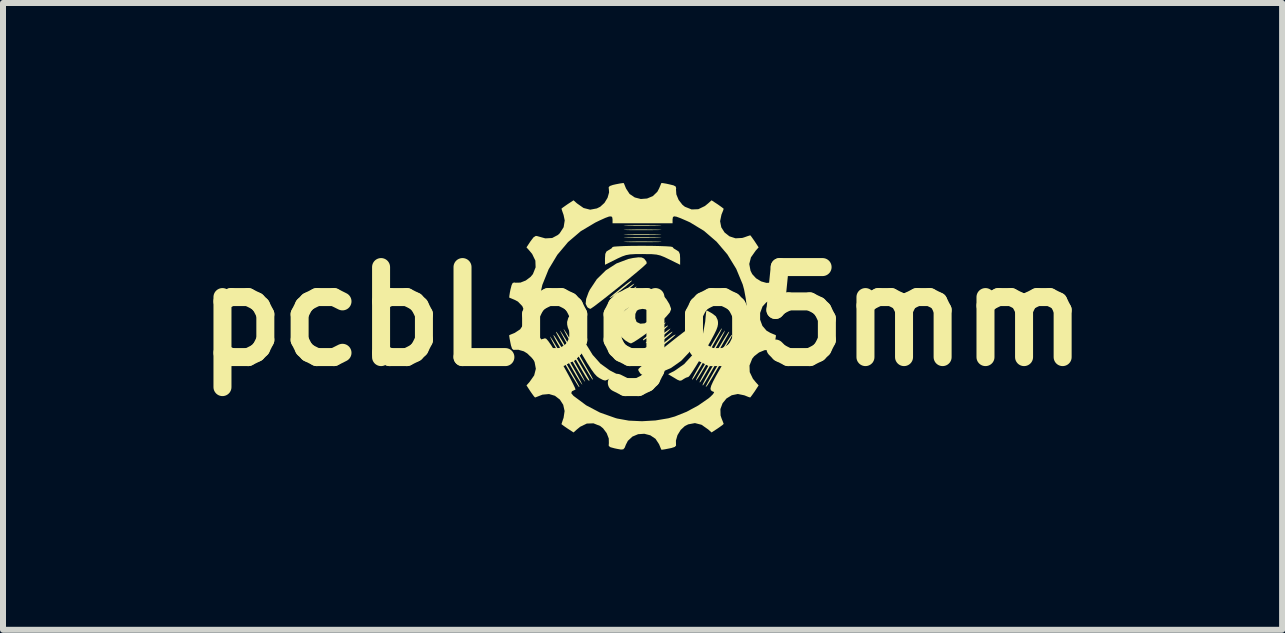
<source format=kicad_pcb>
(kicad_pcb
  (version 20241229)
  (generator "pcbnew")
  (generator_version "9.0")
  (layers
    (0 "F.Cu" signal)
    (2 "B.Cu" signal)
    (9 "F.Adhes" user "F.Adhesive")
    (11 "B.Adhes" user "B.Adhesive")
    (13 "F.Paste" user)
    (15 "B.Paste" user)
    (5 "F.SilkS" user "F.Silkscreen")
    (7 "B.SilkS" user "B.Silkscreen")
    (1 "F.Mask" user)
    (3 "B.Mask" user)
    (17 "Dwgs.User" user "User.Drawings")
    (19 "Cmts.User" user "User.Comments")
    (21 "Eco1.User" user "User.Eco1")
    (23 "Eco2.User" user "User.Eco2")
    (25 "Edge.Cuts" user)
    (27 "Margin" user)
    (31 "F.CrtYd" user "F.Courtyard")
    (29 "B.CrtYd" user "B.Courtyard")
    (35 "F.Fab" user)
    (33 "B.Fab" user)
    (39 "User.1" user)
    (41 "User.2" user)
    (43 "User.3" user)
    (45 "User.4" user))
  (footprint "pcbLogo5mm"
    (layer "F.Cu")
    (at 7.657 2.222)
    (property "Reference" "pcbLogo5mm" (at 0 0 0) (layer "F.SilkS") (effects (font (size 1.5 1.5) (thickness 0.3))))
    (attr board_only exclude_from_pos_files exclude_from_bom)
    (fp_poly (pts (xy 0.379 0.114) (xy 0.336 0.153) (xy 0.27 0.209) (xy 0.219 0.25) (xy 0.136 0.315) (xy 0.067 0.365) (xy 0.021 0.395) (xy 0.009 0.4) (xy 0.007 0.387) (xy 0.026 0.368) (xy 0.174 0.253) (xy 0.284 0.17) (xy 0.355 0.119) (xy 0.388 0.1) (xy 0.389 0.1)) (stroke (width 0) (type solid)) (fill yes) (layer "F.SilkS"))
    (fp_poly (pts (xy -0.022 -0.386) (xy -0.064 -0.348) (xy -0.131 -0.291) (xy -0.182 -0.25) (xy -0.264 -0.186) (xy -0.333 -0.135) (xy -0.377 -0.105) (xy -0.388 -0.1) (xy -0.378 -0.114) (xy -0.336 -0.153) (xy -0.27 -0.209) (xy -0.219 -0.25) (xy -0.136 -0.315) (xy -0.068 -0.365) (xy -0.023 -0.395) (xy -0.012 -0.4)) (stroke (width 0) (type solid)) (fill yes) (layer "F.SilkS"))
    (fp_poly (pts (xy 0.218 -1.521) (xy 0.257 -1.52) (xy 0.308 -1.518) (xy 0.313 -1.516) (xy 0.274 -1.514) (xy 0.195 -1.513) (xy 0.078 -1.512) (xy 0 -1.512) (xy -0.136 -1.512) (xy -0.236 -1.513) (xy -0.297 -1.515) (xy -0.317 -1.517) (xy -0.291 -1.519) (xy -0.257 -1.52) (xy -0.108 -1.523) (xy 0.061 -1.523)) (stroke (width 0) (type solid)) (fill yes) (layer "F.SilkS"))
    (fp_poly (pts (xy 0.218 -1.446) (xy 0.257 -1.445) (xy 0.308 -1.443) (xy 0.313 -1.441) (xy 0.274 -1.439) (xy 0.195 -1.438) (xy 0.078 -1.437) (xy 0 -1.437) (xy -0.136 -1.437) (xy -0.236 -1.438) (xy -0.297 -1.44) (xy -0.317 -1.442) (xy -0.291 -1.444) (xy -0.257 -1.445) (xy -0.108 -1.448) (xy 0.061 -1.448)) (stroke (width 0) (type solid)) (fill yes) (layer "F.SilkS"))
    (fp_poly (pts (xy 0.218 -1.371) (xy 0.257 -1.37) (xy 0.308 -1.368) (xy 0.313 -1.366) (xy 0.274 -1.364) (xy 0.195 -1.363) (xy 0.078 -1.362) (xy 0 -1.362) (xy -0.136 -1.362) (xy -0.236 -1.363) (xy -0.297 -1.365) (xy -0.317 -1.367) (xy -0.291 -1.369) (xy -0.257 -1.37) (xy -0.108 -1.373) (xy 0.061 -1.373)) (stroke (width 0) (type solid)) (fill yes) (layer "F.SilkS"))
    (fp_poly (pts (xy 0.218 -1.321) (xy 0.257 -1.32) (xy 0.308 -1.318) (xy 0.313 -1.316) (xy 0.274 -1.314) (xy 0.195 -1.313) (xy 0.078 -1.312) (xy 0 -1.312) (xy -0.136 -1.312) (xy -0.236 -1.313) (xy -0.297 -1.315) (xy -0.317 -1.316) (xy -0.291 -1.319) (xy -0.257 -1.32) (xy -0.108 -1.323) (xy 0.061 -1.323)) (stroke (width 0) (type solid)) (fill yes) (layer "F.SilkS"))
    (fp_poly (pts (xy 0.218 -1.246) (xy 0.257 -1.245) (xy 0.308 -1.243) (xy 0.313 -1.24) (xy 0.274 -1.239) (xy 0.195 -1.238) (xy 0.078 -1.237) (xy 0 -1.237) (xy -0.136 -1.237) (xy -0.236 -1.238) (xy -0.297 -1.24) (xy -0.317 -1.241) (xy -0.291 -1.244) (xy -0.257 -1.245) (xy -0.108 -1.248) (xy 0.061 -1.248)) (stroke (width 0) (type solid)) (fill yes) (layer "F.SilkS"))
    (fp_poly (pts (xy -0.182 -0.588) (xy -0.222 -0.55) (xy -0.295 -0.489) (xy -0.332 -0.46) (xy -0.433 -0.38) (xy -0.5 -0.33) (xy -0.538 -0.306) (xy -0.55 -0.306) (xy -0.551 -0.307) (xy -0.533 -0.325) (xy -0.486 -0.366) (xy -0.421 -0.419) (xy -0.349 -0.477) (xy -0.282 -0.53) (xy -0.228 -0.57) (xy -0.206 -0.585) (xy -0.175 -0.6)) (stroke (width 0) (type solid)) (fill yes) (layer "F.SilkS"))
    (fp_poly (pts (xy -0.15 -0.527) (xy -0.194 -0.486) (xy -0.26 -0.431) (xy -0.269 -0.424) (xy -0.37 -0.345) (xy -0.439 -0.293) (xy -0.479 -0.264) (xy -0.498 -0.256) (xy -0.5 -0.259) (xy -0.483 -0.279) (xy -0.436 -0.321) (xy -0.371 -0.375) (xy -0.298 -0.432) (xy -0.229 -0.486) (xy -0.172 -0.526) (xy -0.14 -0.545) (xy -0.137 -0.546)) (stroke (width 0) (type solid)) (fill yes) (layer "F.SilkS"))
    (fp_poly (pts (xy -0.056 -0.438) (xy -0.097 -0.4) (xy -0.17 -0.339) (xy -0.206 -0.31) (xy -0.307 -0.23) (xy -0.375 -0.18) (xy -0.412 -0.156) (xy -0.425 -0.156) (xy -0.425 -0.157) (xy -0.407 -0.175) (xy -0.361 -0.216) (xy -0.296 -0.269) (xy -0.224 -0.327) (xy -0.156 -0.38) (xy -0.103 -0.42) (xy -0.081 -0.435) (xy -0.05 -0.45)) (stroke (width 0) (type solid)) (fill yes) (layer "F.SilkS"))
    (fp_poly (pts (xy 0.419 0.163) (xy 0.378 0.201) (xy 0.305 0.262) (xy 0.269 0.291) (xy 0.168 0.37) (xy 0.101 0.42) (xy 0.063 0.444) (xy 0.05 0.445) (xy 0.05 0.444) (xy 0.068 0.425) (xy 0.115 0.385) (xy 0.179 0.332) (xy 0.251 0.274) (xy 0.319 0.221) (xy 0.372 0.181) (xy 0.394 0.166) (xy 0.425 0.15)) (stroke (width 0) (type solid)) (fill yes) (layer "F.SilkS"))
    (fp_poly (pts (xy 0.45 0.224) (xy 0.407 0.265) (xy 0.341 0.319) (xy 0.332 0.326) (xy 0.23 0.406) (xy 0.162 0.458) (xy 0.121 0.486) (xy 0.103 0.495) (xy 0.1 0.492) (xy 0.118 0.471) (xy 0.165 0.43) (xy 0.23 0.376) (xy 0.302 0.319) (xy 0.372 0.265) (xy 0.428 0.225) (xy 0.46 0.205) (xy 0.464 0.205)) (stroke (width 0) (type solid)) (fill yes) (layer "F.SilkS"))
    (fp_poly (pts (xy 0.544 0.313) (xy 0.503 0.351) (xy 0.43 0.412) (xy 0.394 0.441) (xy 0.293 0.521) (xy 0.226 0.571) (xy 0.188 0.594) (xy 0.175 0.595) (xy 0.175 0.594) (xy 0.193 0.576) (xy 0.24 0.535) (xy 0.305 0.482) (xy 0.376 0.424) (xy 0.444 0.371) (xy 0.497 0.331) (xy 0.519 0.316) (xy 0.55 0.301)) (stroke (width 0) (type solid)) (fill yes) (layer "F.SilkS"))
    (fp_poly (pts (xy -0.1 -0.494) (xy -0.118 -0.473) (xy -0.166 -0.43) (xy -0.232 -0.375) (xy -0.305 -0.316) (xy -0.376 -0.261) (xy -0.433 -0.22) (xy -0.464 -0.201) (xy -0.467 -0.2) (xy -0.47 -0.212) (xy -0.462 -0.221) (xy -0.429 -0.247) (xy -0.371 -0.294) (xy -0.299 -0.351) (xy -0.226 -0.409) (xy -0.165 -0.457) (xy -0.144 -0.473) (xy -0.11 -0.494)) (stroke (width 0) (type solid)) (fill yes) (layer "F.SilkS"))
    (fp_poly (pts (xy 0.5 0.257) (xy 0.482 0.278) (xy 0.435 0.321) (xy 0.369 0.376) (xy 0.295 0.435) (xy 0.225 0.489) (xy 0.168 0.531) (xy 0.136 0.55) (xy 0.134 0.551) (xy 0.131 0.539) (xy 0.139 0.53) (xy 0.171 0.504) (xy 0.23 0.457) (xy 0.302 0.399) (xy 0.375 0.342) (xy 0.436 0.294) (xy 0.457 0.278) (xy 0.491 0.256)) (stroke (width 0) (type solid)) (fill yes) (layer "F.SilkS"))
    (fp_poly (pts (xy -1.463 0.334) (xy -1.425 0.394) (xy -1.372 0.48) (xy -1.311 0.584) (xy -1.244 0.698) (xy -1.178 0.814) (xy -1.116 0.923) (xy -1.064 1.018) (xy -1.026 1.09) (xy -1.006 1.132) (xy -1.005 1.138) (xy -1.02 1.121) (xy -1.055 1.069) (xy -1.105 0.987) (xy -1.165 0.885) (xy -1.182 0.855) (xy -1.253 0.733) (xy -1.322 0.612) (xy -1.383 0.507) (xy -1.427 0.431) (xy -1.428 0.429) (xy -1.464 0.362) (xy -1.484 0.319) (xy -1.483 0.309)) (stroke (width 0) (type solid)) (fill yes) (layer "F.SilkS"))
    (fp_poly (pts (xy -1.433 0.263) (xy -1.411 0.292) (xy -1.371 0.355) (xy -1.318 0.443) (xy -1.256 0.549) (xy -1.189 0.663) (xy -1.123 0.779) (xy -1.062 0.887) (xy -1.011 0.98) (xy -0.975 1.049) (xy -0.958 1.086) (xy -0.957 1.09) (xy -0.972 1.073) (xy -1.007 1.019) (xy -1.058 0.936) (xy -1.121 0.831) (xy -1.164 0.756) (xy -1.258 0.592) (xy -1.33 0.467) (xy -1.382 0.376) (xy -1.416 0.314) (xy -1.436 0.276) (xy -1.443 0.259) (xy -1.44 0.257)) (stroke (width 0) (type solid)) (fill yes) (layer "F.SilkS"))
    (fp_poly (pts (xy -1.365 0.248) (xy -1.332 0.298) (xy -1.283 0.377) (xy -1.222 0.481) (xy -1.174 0.563) (xy -1.101 0.689) (xy -1.033 0.805) (xy -0.976 0.903) (xy -0.935 0.972) (xy -0.922 0.995) (xy -0.892 1.049) (xy -0.884 1.076) (xy -0.9 1.067) (xy -0.919 1.045) (xy -0.944 1.007) (xy -0.986 0.937) (xy -1.041 0.843) (xy -1.104 0.734) (xy -1.17 0.618) (xy -1.234 0.504) (xy -1.291 0.4) (xy -1.337 0.315) (xy -1.367 0.257) (xy -1.376 0.236)) (stroke (width 0) (type solid)) (fill yes) (layer "F.SilkS"))
    (fp_poly (pts (xy 1.32 0.205) (xy 1.315 0.221) (xy 1.298 0.255) (xy 1.268 0.312) (xy 1.22 0.397) (xy 1.154 0.515) (xy 1.069 0.663) (xy 0.978 0.82) (xy 0.907 0.938) (xy 0.858 1.017) (xy 0.83 1.055) (xy 0.825 1.05) (xy 0.829 1.037) (xy 0.845 1.005) (xy 0.881 0.939) (xy 0.932 0.849) (xy 0.994 0.742) (xy 1.061 0.627) (xy 1.128 0.511) (xy 1.192 0.403) (xy 1.248 0.31) (xy 1.29 0.241) (xy 1.314 0.204) (xy 1.318 0.2)) (stroke (width 0) (type solid)) (fill yes) (layer "F.SilkS"))
    (fp_poly (pts (xy 1.364 0.262) (xy 1.334 0.32) (xy 1.288 0.405) (xy 1.23 0.509) (xy 1.166 0.622) (xy 1.098 0.738) (xy 1.034 0.848) (xy 0.976 0.944) (xy 0.93 1.018) (xy 0.9 1.061) (xy 0.893 1.068) (xy 0.891 1.058) (xy 0.911 1.016) (xy 0.935 0.973) (xy 0.972 0.911) (xy 1.027 0.817) (xy 1.093 0.702) (xy 1.163 0.578) (xy 1.182 0.546) (xy 1.246 0.435) (xy 1.302 0.342) (xy 1.344 0.275) (xy 1.368 0.24) (xy 1.372 0.238)) (stroke (width 0) (type solid)) (fill yes) (layer "F.SilkS"))
    (fp_poly (pts (xy 1.542 0.333) (xy 1.534 0.356) (xy 1.504 0.414) (xy 1.458 0.499) (xy 1.401 0.603) (xy 1.336 0.717) (xy 1.27 0.833) (xy 1.206 0.943) (xy 1.149 1.039) (xy 1.104 1.113) (xy 1.075 1.157) (xy 1.069 1.164) (xy 1.052 1.175) (xy 1.056 1.164) (xy 1.082 1.114) (xy 1.126 1.035) (xy 1.182 0.936) (xy 1.246 0.825) (xy 1.314 0.708) (xy 1.381 0.595) (xy 1.442 0.493) (xy 1.492 0.41) (xy 1.527 0.354) (xy 1.542 0.333)) (stroke (width 0) (type solid)) (fill yes) (layer "F.SilkS"))
    (fp_poly (pts (xy -1.529 0.351) (xy -1.493 0.406) (xy -1.441 0.491) (xy -1.377 0.6) (xy -1.304 0.727) (xy -1.301 0.732) (xy -1.215 0.882) (xy -1.151 0.994) (xy -1.106 1.073) (xy -1.076 1.126) (xy -1.06 1.157) (xy -1.053 1.172) (xy -1.053 1.177) (xy -1.057 1.176) (xy -1.06 1.176) (xy -1.075 1.156) (xy -1.111 1.098) (xy -1.164 1.011) (xy -1.23 0.899) (xy -1.305 0.771) (xy -1.312 0.76) (xy -1.386 0.63) (xy -1.45 0.516) (xy -1.5 0.424) (xy -1.532 0.361) (xy -1.543 0.334) (xy -1.543 0.334)) (stroke (width 0) (type solid)) (fill yes) (layer "F.SilkS"))
    (fp_poly (pts (xy -1.303 0.225) (xy -1.267 0.28) (xy -1.216 0.366) (xy -1.151 0.475) (xy -1.078 0.601) (xy -1.075 0.606) (xy -0.99 0.756) (xy -0.926 0.868) (xy -0.88 0.948) (xy -0.851 1) (xy -0.835 1.032) (xy -0.828 1.047) (xy -0.828 1.052) (xy -0.832 1.051) (xy -0.835 1.051) (xy -0.85 1.03) (xy -0.886 0.973) (xy -0.939 0.885) (xy -1.005 0.774) (xy -1.079 0.646) (xy -1.086 0.634) (xy -1.16 0.504) (xy -1.224 0.39) (xy -1.274 0.298) (xy -1.306 0.235) (xy -1.317 0.208) (xy -1.317 0.208)) (stroke (width 0) (type solid)) (fill yes) (layer "F.SilkS"))
    (fp_poly (pts (xy 1.444 0.259) (xy 1.433 0.283) (xy 1.408 0.331) (xy 1.365 0.406) (xy 1.303 0.515) (xy 1.219 0.66) (xy 1.189 0.713) (xy 1.106 0.856) (xy 1.045 0.96) (xy 1.003 1.031) (xy 0.975 1.075) (xy 0.96 1.096) (xy 0.953 1.101) (xy 0.951 1.093) (xy 0.951 1.091) (xy 0.963 1.064) (xy 0.996 1.002) (xy 1.045 0.914) (xy 1.105 0.808) (xy 1.171 0.693) (xy 1.239 0.576) (xy 1.304 0.467) (xy 1.36 0.373) (xy 1.404 0.303) (xy 1.429 0.266) (xy 1.432 0.263) (xy 1.443 0.254)) (stroke (width 0) (type solid)) (fill yes) (layer "F.SilkS"))
    (fp_poly (pts (xy 1.49 0.316) (xy 1.472 0.355) (xy 1.459 0.377) (xy 1.428 0.429) (xy 1.379 0.514) (xy 1.316 0.623) (xy 1.245 0.744) (xy 1.213 0.801) (xy 1.136 0.935) (xy 1.08 1.031) (xy 1.042 1.095) (xy 1.019 1.132) (xy 1.007 1.149) (xy 1.002 1.15) (xy 1.001 1.141) (xy 1.001 1.139) (xy 1.013 1.11) (xy 1.046 1.047) (xy 1.096 0.957) (xy 1.156 0.85) (xy 1.223 0.734) (xy 1.292 0.617) (xy 1.357 0.508) (xy 1.414 0.414) (xy 1.457 0.346) (xy 1.482 0.31) (xy 1.485 0.307)) (stroke (width 0) (type solid)) (fill yes) (layer "F.SilkS"))
    (fp_poly (pts (xy 0.899 0.143) (xy 0.937 0.189) (xy 0.942 0.261) (xy 0.913 0.364) (xy 0.889 0.419) (xy 0.784 0.592) (xy 0.643 0.741) (xy 0.474 0.86) (xy 0.287 0.941) (xy 0.15 0.972) (xy 0.063 0.982) (xy 0.009 0.979) (xy -0.025 0.963) (xy -0.04 0.948) (xy -0.068 0.905) (xy -0.071 0.88) (xy -0.05 0.858) (xy 0.005 0.81) (xy 0.088 0.739) (xy 0.194 0.652) (xy 0.316 0.553) (xy 0.398 0.487) (xy 0.55 0.366) (xy 0.669 0.274) (xy 0.758 0.208) (xy 0.822 0.166) (xy 0.865 0.144) (xy 0.891 0.14)) (stroke (width 0) (type solid)) (fill yes) (layer "F.SilkS"))
    (fp_poly (pts (xy -0.015 -0.982) (xy 0.022 -0.965) (xy 0.032 -0.956) (xy 0.064 -0.914) (xy 0.07 -0.885) (xy 0.049 -0.863) (xy -0.004 -0.814) (xy -0.084 -0.746) (xy -0.183 -0.664) (xy -0.294 -0.572) (xy -0.412 -0.476) (xy -0.529 -0.383) (xy -0.639 -0.296) (xy -0.735 -0.222) (xy -0.81 -0.165) (xy -0.858 -0.132) (xy -0.872 -0.125) (xy -0.904 -0.141) (xy -0.921 -0.155) (xy -0.948 -0.21) (xy -0.94 -0.291) (xy -0.899 -0.403) (xy -0.878 -0.445) (xy -0.762 -0.62) (xy -0.611 -0.768) (xy -0.434 -0.882) (xy -0.239 -0.956) (xy -0.159 -0.973) (xy -0.07 -0.984)) (stroke (width 0) (type solid)) (fill yes) (layer "F.SilkS"))
    (fp_poly (pts (xy -1.06 -0.077) (xy -1.054 -0.017) (xy -1.047 0.069) (xy -1.046 0.084) (xy -1.012 0.278) (xy -0.938 0.468) (xy -0.832 0.641) (xy -0.701 0.788) (xy -0.55 0.897) (xy -0.54 0.903) (xy -0.429 0.961) (xy -0.521 1.018) (xy -0.583 1.055) (xy -0.622 1.069) (xy -0.659 1.06) (xy -0.716 1.03) (xy -0.724 1.025) (xy -0.762 0.998) (xy -0.804 0.952) (xy -0.855 0.881) (xy -0.92 0.781) (xy -1.001 0.645) (xy -1.038 0.58) (xy -1.121 0.435) (xy -1.181 0.325) (xy -1.222 0.244) (xy -1.246 0.184) (xy -1.256 0.138) (xy -1.257 0.1) (xy -1.257 0.092) (xy -1.237 0.021) (xy -1.19 -0.029) (xy -1.16 -0.049) (xy -1.103 -0.081) (xy -1.069 -0.099) (xy -1.065 -0.1)) (stroke (width 0) (type solid)) (fill yes) (layer "F.SilkS"))
    (fp_poly (pts (xy 1.09 -0.089) (xy 1.141 -0.06) (xy 1.16 -0.049) (xy 1.222 -0.001) (xy 1.251 0.059) (xy 1.257 0.093) (xy 1.257 0.13) (xy 1.249 0.173) (xy 1.229 0.228) (xy 1.193 0.302) (xy 1.139 0.403) (xy 1.063 0.537) (xy 1.028 0.598) (xy 0.952 0.727) (xy 0.883 0.839) (xy 0.826 0.928) (xy 0.785 0.987) (xy 0.764 1.009) (xy 0.763 1.009) (xy 0.725 1.021) (xy 0.689 1.041) (xy 0.651 1.066) (xy 0.622 1.072) (xy 0.583 1.057) (xy 0.52 1.019) (xy 0.426 0.963) (xy 0.538 0.904) (xy 0.693 0.795) (xy 0.827 0.648) (xy 0.935 0.474) (xy 1.009 0.281) (xy 1.044 0.089) (xy 1.052 -0.001) (xy 1.059 -0.068) (xy 1.065 -0.099) (xy 1.066 -0.1)) (stroke (width 0) (type solid)) (fill yes) (layer "F.SilkS"))
    (fp_poly (pts (xy 0.152 -1.175) (xy 0.286 -1.172) (xy 0.393 -1.168) (xy 0.467 -1.163) (xy 0.5 -1.156) (xy 0.5 -1.155) (xy 0.521 -1.131) (xy 0.563 -1.106) (xy 0.604 -1.079) (xy 0.622 -1.036) (xy 0.626 -0.969) (xy 0.626 -0.86) (xy 0.446 -0.949) (xy 0.362 -0.989) (xy 0.296 -1.015) (xy 0.231 -1.03) (xy 0.152 -1.037) (xy 0.043 -1.038) (xy 0 -1.039) (xy -0.121 -1.038) (xy -0.208 -1.033) (xy -0.276 -1.021) (xy -0.34 -0.999) (xy -0.417 -0.964) (xy -0.446 -0.949) (xy -0.626 -0.86) (xy -0.626 -0.969) (xy -0.621 -1.041) (xy -0.601 -1.082) (xy -0.563 -1.106) (xy -0.517 -1.133) (xy -0.5 -1.155) (xy -0.477 -1.162) (xy -0.41 -1.167) (xy -0.309 -1.172) (xy -0.18 -1.175) (xy -0.031 -1.176) (xy 0 -1.176)) (stroke (width 0) (type solid)) (fill yes) (layer "F.SilkS"))
    (fp_poly (pts (xy 0.27 -0.411) (xy 0.334 -0.361) (xy 0.397 -0.286) (xy 0.447 -0.205) (xy 0.474 -0.132) (xy 0.475 -0.116) (xy 0.454 -0.065) (xy 0.389 0.01) (xy 0.282 0.11) (xy 0.187 0.189) (xy 0.103 0.255) (xy 0.013 0.321) (xy -0.072 0.38) (xy -0.142 0.425) (xy -0.187 0.448) (xy -0.195 0.45) (xy -0.226 0.438) (xy -0.278 0.407) (xy -0.286 0.402) (xy -0.349 0.346) (xy -0.409 0.27) (xy -0.454 0.19) (xy -0.475 0.124) (xy -0.475 0.118) (xy -0.456 0.072) (xy -0.421 0.03) (xy -0.122 0.03) (xy -0.101 0.088) (xy -0.095 0.095) (xy -0.037 0.122) (xy 0.034 0.116) (xy 0.086 0.086) (xy 0.119 0.024) (xy 0.121 -0.046) (xy 0.095 -0.095) (xy 0.048 -0.118) (xy 0 -0.125) (xy -0.061 -0.114) (xy -0.095 -0.095) (xy -0.12 -0.041) (xy -0.122 0.03) (xy -0.421 0.03) (xy -0.4 0.004) (xy -0.316 -0.08) (xy -0.21 -0.172) (xy -0.087 -0.268) (xy 0.044 -0.362) (xy 0.062 -0.374) (xy 0.186 -0.456)) (stroke (width 0) (type solid)) (fill yes) (layer "F.SilkS"))
    (fp_poly (pts (xy -0.313 -2.221) (xy -0.302 -2.196) (xy -0.28 -2.142) (xy -0.275 -2.13) (xy -0.216 -2.04) (xy -0.13 -1.982) (xy -0.029 -1.956) (xy 0.075 -1.964) (xy 0.171 -2.004) (xy 0.246 -2.076) (xy 0.275 -2.13) (xy 0.299 -2.187) (xy 0.312 -2.22) (xy 0.313 -2.221) (xy 0.338 -2.221) (xy 0.397 -2.211) (xy 0.443 -2.201) (xy 0.517 -2.183) (xy 0.552 -2.164) (xy 0.56 -2.135) (xy 0.557 -2.118) (xy 0.563 -2.033) (xy 0.601 -1.941) (xy 0.663 -1.861) (xy 0.705 -1.827) (xy 0.818 -1.782) (xy 0.929 -1.786) (xy 1.039 -1.839) (xy 1.094 -1.884) (xy 1.15 -1.934) (xy 1.251 -1.868) (xy 1.309 -1.827) (xy 1.346 -1.799) (xy 1.351 -1.792) (xy 1.343 -1.765) (xy 1.321 -1.711) (xy 1.315 -1.696) (xy 1.292 -1.586) (xy 1.312 -1.484) (xy 1.367 -1.398) (xy 1.448 -1.334) (xy 1.549 -1.301) (xy 1.661 -1.307) (xy 1.691 -1.316) (xy 1.753 -1.338) (xy 1.791 -1.35) (xy 1.795 -1.351) (xy 1.811 -1.332) (xy 1.845 -1.284) (xy 1.868 -1.251) (xy 1.934 -1.15) (xy 1.884 -1.094) (xy 1.806 -0.983) (xy 1.778 -0.873) (xy 1.799 -0.761) (xy 1.827 -0.705) (xy 1.891 -0.635) (xy 1.976 -0.583) (xy 2.065 -0.558) (xy 2.116 -0.561) (xy 2.15 -0.565) (xy 2.172 -0.546) (xy 2.19 -0.495) (xy 2.201 -0.447) (xy 2.215 -0.374) (xy 2.222 -0.325) (xy 2.221 -0.313) (xy 2.196 -0.302) (xy 2.142 -0.28) (xy 2.13 -0.275) (xy 2.058 -0.23) (xy 2 -0.166) (xy 1.999 -0.165) (xy 1.959 -0.057) (xy 1.959 0.055) (xy 1.997 0.158) (xy 2.067 0.239) (xy 2.13 0.275) (xy 2.187 0.299) (xy 2.22 0.312) (xy 2.221 0.313) (xy 2.221 0.338) (xy 2.211 0.397) (xy 2.201 0.443) (xy 2.183 0.517) (xy 2.164 0.552) (xy 2.135 0.56) (xy 2.118 0.557) (xy 2.033 0.563) (xy 1.941 0.601) (xy 1.861 0.663) (xy 1.827 0.705) (xy 1.782 0.818) (xy 1.786 0.929) (xy 1.839 1.039) (xy 1.884 1.094) (xy 1.934 1.15) (xy 1.868 1.251) (xy 1.827 1.309) (xy 1.799 1.346) (xy 1.792 1.351) (xy 1.765 1.343) (xy 1.711 1.321) (xy 1.695 1.315) (xy 1.588 1.293) (xy 1.486 1.314) (xy 1.398 1.368) (xy 1.333 1.448) (xy 1.297 1.545) (xy 1.3 1.651) (xy 1.315 1.696) (xy 1.338 1.754) (xy 1.351 1.789) (xy 1.351 1.792) (xy 1.332 1.81) (xy 1.284 1.845) (xy 1.251 1.868) (xy 1.15 1.934) (xy 1.094 1.884) (xy 0.983 1.806) (xy 0.873 1.778) (xy 0.761 1.799) (xy 0.705 1.827) (xy 0.635 1.892) (xy 0.582 1.979) (xy 0.556 2.07) (xy 0.557 2.118) (xy 0.558 2.153) (xy 0.537 2.175) (xy 0.482 2.193) (xy 0.443 2.201) (xy 0.371 2.215) (xy 0.324 2.222) (xy 0.313 2.221) (xy 0.302 2.196) (xy 0.28 2.142) (xy 0.275 2.13) (xy 0.216 2.04) (xy 0.13 1.982) (xy 0.03 1.956) (xy -0.074 1.963) (xy -0.169 2.003) (xy -0.245 2.074) (xy -0.278 2.138) (xy -0.298 2.189) (xy -0.321 2.215) (xy -0.359 2.219) (xy -0.427 2.207) (xy -0.469 2.198) (xy -0.535 2.18) (xy -0.563 2.159) (xy -0.563 2.125) (xy -0.561 2.117) (xy -0.563 2.035) (xy -0.598 1.945) (xy -0.658 1.865) (xy -0.705 1.827) (xy -0.818 1.782) (xy -0.929 1.786) (xy -1.039 1.839) (xy -1.094 1.884) (xy -1.15 1.934) (xy -1.251 1.868) (xy -1.309 1.828) (xy -1.345 1.801) (xy -1.351 1.795) (xy -1.343 1.77) (xy -1.325 1.715) (xy -1.316 1.691) (xy -1.299 1.577) (xy -1.322 1.473) (xy -1.378 1.386) (xy -1.46 1.323) (xy -1.558 1.294) (xy -1.667 1.304) (xy -1.696 1.315) (xy -1.754 1.338) (xy -1.789 1.351) (xy -1.792 1.351) (xy -1.81 1.332) (xy -1.845 1.284) (xy -1.868 1.251) (xy -1.934 1.15) (xy -1.884 1.094) (xy -1.806 0.983) (xy -1.778 0.873) (xy -1.799 0.761) (xy -1.827 0.705) (xy -1.892 0.635) (xy -1.979 0.582) (xy -2.07 0.556) (xy -2.118 0.557) (xy -2.153 0.558) (xy -2.175 0.537) (xy -2.193 0.482) (xy -2.201 0.443) (xy -2.215 0.371) (xy -2.222 0.324) (xy -2.221 0.313) (xy -2.196 0.302) (xy -2.142 0.28) (xy -2.13 0.275) (xy -2.04 0.216) (xy -1.982 0.13) (xy -1.956 0.029) (xy -1.958 0.01) (xy -1.749 0.01) (xy -1.743 0.173) (xy -1.731 0.29) (xy -1.713 0.361) (xy -1.69 0.384) (xy -1.688 0.383) (xy -1.644 0.371) (xy -1.627 0.365) (xy -1.605 0.373) (xy -1.572 0.41) (xy -1.523 0.48) (xy -1.457 0.586) (xy -1.371 0.733) (xy -1.343 0.782) (xy -1.269 0.914) (xy -1.206 1.03) (xy -1.158 1.124) (xy -1.127 1.189) (xy -1.117 1.219) (xy -1.118 1.22) (xy -1.177 1.248) (xy -1.188 1.28) (xy -1.153 1.322) (xy -1.15 1.325) (xy -0.939 1.482) (xy -0.711 1.602) (xy -0.454 1.693) (xy -0.423 1.702) (xy -0.229 1.737) (xy -0.01 1.747) (xy 0.216 1.734) (xy 0.43 1.698) (xy 0.538 1.668) (xy 0.735 1.589) (xy 0.929 1.484) (xy 1.098 1.367) (xy 1.129 1.341) (xy 1.174 1.296) (xy 1.192 1.266) (xy 1.189 1.259) (xy 1.157 1.246) (xy 1.137 1.228) (xy 1.132 1.199) (xy 1.144 1.155) (xy 1.174 1.088) (xy 1.224 0.993) (xy 1.297 0.864) (xy 1.344 0.78) (xy 1.436 0.622) (xy 1.507 0.505) (xy 1.56 0.426) (xy 1.598 0.38) (xy 1.622 0.365) (xy 1.627 0.365) (xy 1.678 0.379) (xy 1.707 0.366) (xy 1.726 0.315) (xy 1.733 0.288) (xy 1.747 0.175) (xy 1.749 0.029) (xy 1.74 -0.133) (xy 1.72 -0.297) (xy 1.692 -0.448) (xy 1.669 -0.532) (xy 1.561 -0.792) (xy 1.414 -1.032) (xy 1.233 -1.245) (xy 1.024 -1.425) (xy 0.792 -1.566) (xy 0.744 -1.588) (xy 0.636 -1.635) (xy 0.566 -1.661) (xy 0.525 -1.667) (xy 0.506 -1.654) (xy 0.501 -1.622) (xy 0.5 -1.616) (xy 0.5 -1.552) (xy 0 -1.552) (xy -0.5 -1.552) (xy -0.5 -1.616) (xy -0.505 -1.65) (xy -0.521 -1.666) (xy -0.558 -1.664) (xy -0.621 -1.641) (xy -0.718 -1.597) (xy -0.788 -1.563) (xy -1.03 -1.419) (xy -1.242 -1.238) (xy -1.421 -1.025) (xy -1.565 -0.785) (xy -1.67 -0.525) (xy -1.732 -0.249) (xy -1.749 0.01) (xy -1.958 0.01) (xy -1.964 -0.075) (xy -2.004 -0.171) (xy -2.076 -0.246) (xy -2.13 -0.275) (xy -2.187 -0.299) (xy -2.22 -0.312) (xy -2.221 -0.313) (xy -2.22 -0.338) (xy -2.211 -0.397) (xy -2.201 -0.447) (xy -2.182 -0.521) (xy -2.164 -0.557) (xy -2.138 -0.565) (xy -2.116 -0.561) (xy -2.035 -0.563) (xy -1.946 -0.598) (xy -1.866 -0.658) (xy -1.827 -0.705) (xy -1.782 -0.818) (xy -1.786 -0.929) (xy -1.839 -1.039) (xy -1.884 -1.094) (xy -1.934 -1.15) (xy -1.866 -1.253) (xy -1.817 -1.317) (xy -1.779 -1.341) (xy -1.756 -1.338) (xy -1.621 -1.3) (xy -1.506 -1.306) (xy -1.41 -1.357) (xy -1.381 -1.384) (xy -1.315 -1.486) (xy -1.297 -1.599) (xy -1.316 -1.691) (xy -1.338 -1.753) (xy -1.35 -1.791) (xy -1.351 -1.795) (xy -1.332 -1.811) (xy -1.284 -1.845) (xy -1.251 -1.868) (xy -1.15 -1.934) (xy -1.094 -1.884) (xy -0.983 -1.806) (xy -0.873 -1.778) (xy -0.761 -1.799) (xy -0.705 -1.827) (xy -0.635 -1.891) (xy -0.583 -1.976) (xy -0.558 -2.065) (xy -0.561 -2.116) (xy -0.565 -2.15) (xy -0.546 -2.172) (xy -0.495 -2.19) (xy -0.447 -2.201) (xy -0.374 -2.215) (xy -0.325 -2.222)) (stroke (width 0) (type solid)) (fill yes) (layer "F.SilkS")))
  (gr_rect
    (start -3 -3)
    (end 18.314 7.444)
    (stroke (width 0.1) (type default))
    (fill no)
    (layer "Edge.Cuts")))
</source>
